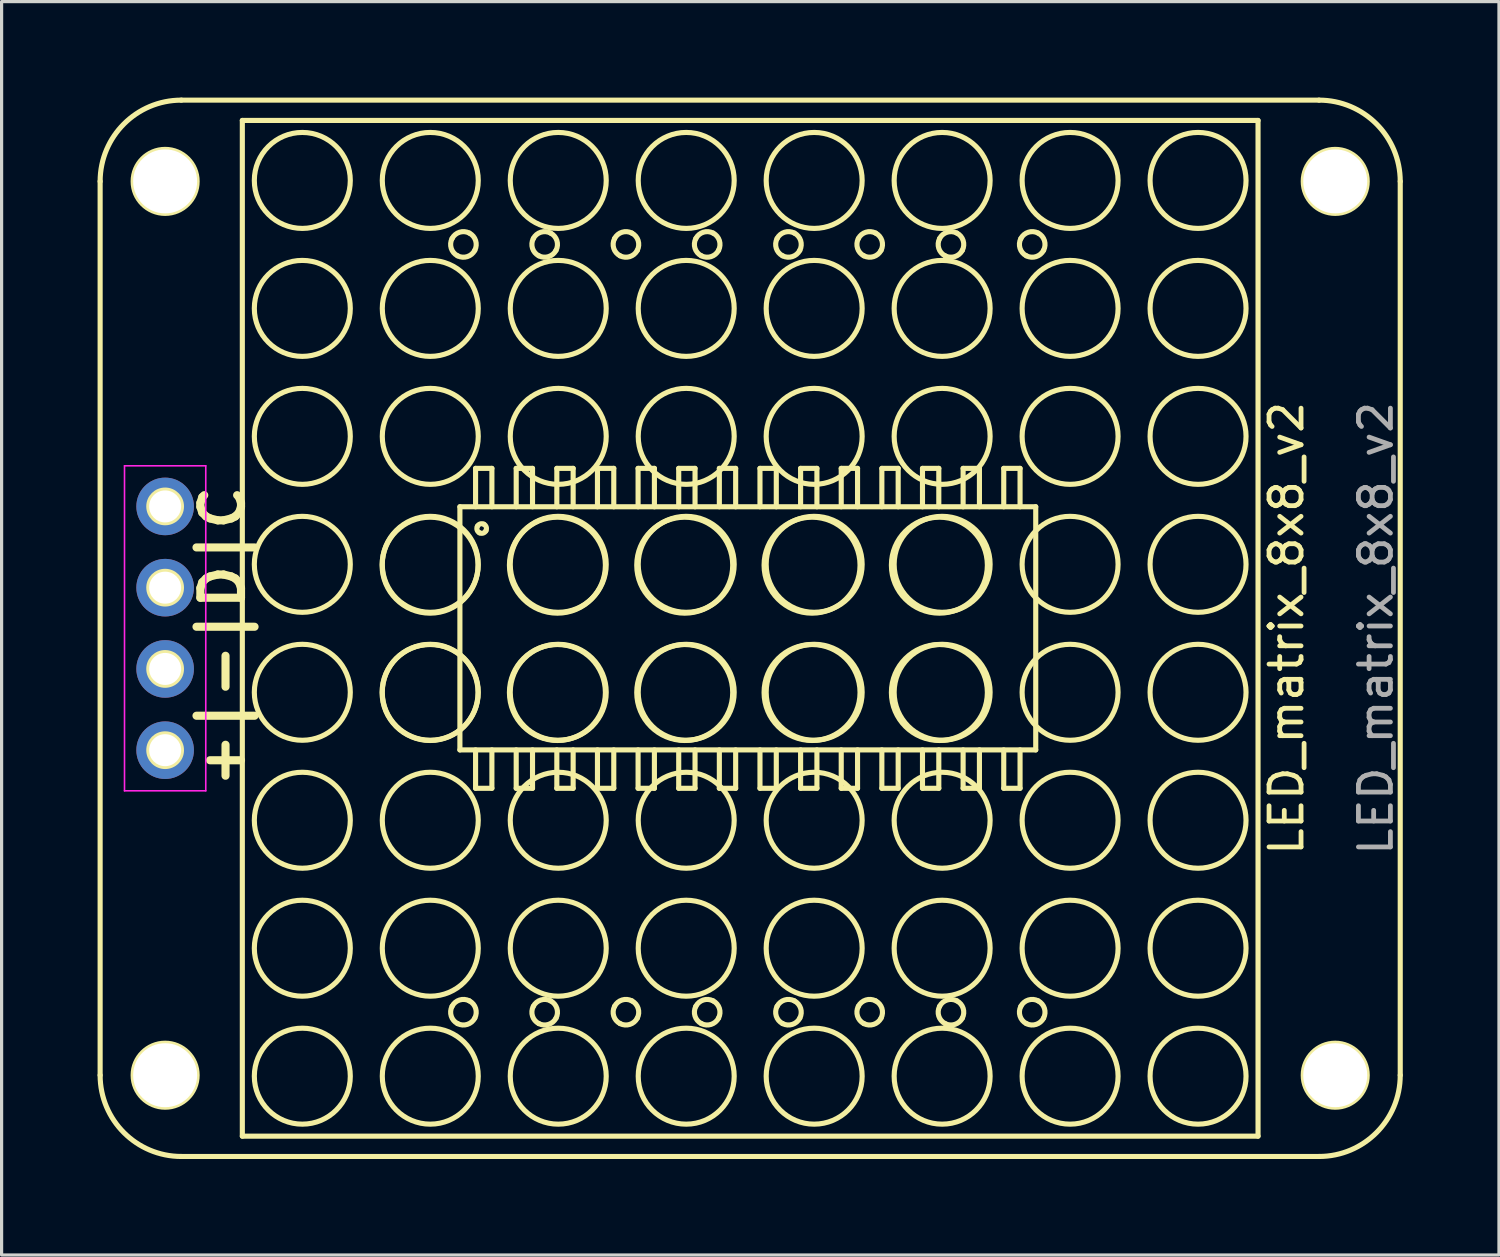
<source format=kicad_pcb>
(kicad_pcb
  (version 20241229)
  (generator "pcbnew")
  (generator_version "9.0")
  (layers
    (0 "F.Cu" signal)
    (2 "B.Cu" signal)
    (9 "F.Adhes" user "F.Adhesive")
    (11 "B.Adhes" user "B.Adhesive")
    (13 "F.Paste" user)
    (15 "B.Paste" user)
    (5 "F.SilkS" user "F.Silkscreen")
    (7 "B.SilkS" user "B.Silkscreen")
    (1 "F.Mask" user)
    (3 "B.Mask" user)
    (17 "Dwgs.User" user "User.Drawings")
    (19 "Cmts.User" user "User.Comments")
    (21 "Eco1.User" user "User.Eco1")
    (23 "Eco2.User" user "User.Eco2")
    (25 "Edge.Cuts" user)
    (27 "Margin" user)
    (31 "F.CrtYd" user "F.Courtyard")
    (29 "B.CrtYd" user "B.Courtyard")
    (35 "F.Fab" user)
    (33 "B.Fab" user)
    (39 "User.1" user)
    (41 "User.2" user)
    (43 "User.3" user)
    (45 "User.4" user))
  (footprint "LED_matrix_8x8_v2"
    (layer "F.Cu")
    (at 2.112 16.59)
    (property "Reference" "LED_matrix_8x8_v2" (at 35.052 0 90) (layer "F.SilkS") (effects (font (size 1 1) (thickness 0.15))))
    (attr through_hole)
    (fp_line (start -2.032 13.97) (end -2.032 -13.97) (stroke (width 0.16) (type solid)) (layer "F.SilkS"))
    (fp_line (start 0.508 -16.51) (end 36.068 -16.51) (stroke (width 0.16) (type solid)) (layer "F.SilkS"))
    (fp_line (start 2.413 -15.875) (end 2.413 15.875) (stroke (width 0.16) (type solid)) (layer "F.SilkS"))
    (fp_line (start 2.413 15.875) (end 34.163 15.875) (stroke (width 0.16) (type solid)) (layer "F.SilkS"))
    (fp_line (start 9.214 -3.799) (end 27.214 -3.799) (stroke (width 0.16) (type solid)) (layer "F.SilkS"))
    (fp_line (start 9.214 3.801) (end 9.214 -3.799) (stroke (width 0.16) (type solid)) (layer "F.SilkS"))
    (fp_line (start 9.704 -4.999) (end 9.704 -3.799) (stroke (width 0.16) (type solid)) (layer "F.SilkS"))
    (fp_line (start 9.704 3.801) (end 9.704 5.001) (stroke (width 0.16) (type solid)) (layer "F.SilkS"))
    (fp_line (start 9.704 5.001) (end 10.214 5.001) (stroke (width 0.16) (type solid)) (layer "F.SilkS"))
    (fp_line (start 10.214 -4.999) (end 9.704 -4.999) (stroke (width 0.16) (type solid)) (layer "F.SilkS"))
    (fp_line (start 10.214 -3.799) (end 10.214 -4.999) (stroke (width 0.16) (type solid)) (layer "F.SilkS"))
    (fp_line (start 10.214 5.001) (end 10.214 3.801) (stroke (width 0.16) (type solid)) (layer "F.SilkS"))
    (fp_line (start 10.974 -4.999) (end 10.974 -3.799) (stroke (width 0.16) (type solid)) (layer "F.SilkS"))
    (fp_line (start 10.974 3.801) (end 10.974 5.001) (stroke (width 0.16) (type solid)) (layer "F.SilkS"))
    (fp_line (start 10.974 5.001) (end 11.484 5.001) (stroke (width 0.16) (type solid)) (layer "F.SilkS"))
    (fp_line (start 11.484 -4.999) (end 10.974 -4.999) (stroke (width 0.16) (type solid)) (layer "F.SilkS"))
    (fp_line (start 11.484 -3.799) (end 11.484 -4.999) (stroke (width 0.16) (type solid)) (layer "F.SilkS"))
    (fp_line (start 11.484 5.001) (end 11.484 3.801) (stroke (width 0.16) (type solid)) (layer "F.SilkS"))
    (fp_line (start 12.244 -4.999) (end 12.244 -3.799) (stroke (width 0.16) (type solid)) (layer "F.SilkS"))
    (fp_line (start 12.244 3.801) (end 12.244 5.001) (stroke (width 0.16) (type solid)) (layer "F.SilkS"))
    (fp_line (start 12.244 5.001) (end 12.754 5.001) (stroke (width 0.16) (type solid)) (layer "F.SilkS"))
    (fp_line (start 12.754 -4.999) (end 12.244 -4.999) (stroke (width 0.16) (type solid)) (layer "F.SilkS"))
    (fp_line (start 12.754 -3.799) (end 12.754 -4.999) (stroke (width 0.16) (type solid)) (layer "F.SilkS"))
    (fp_line (start 12.754 5.001) (end 12.754 3.801) (stroke (width 0.16) (type solid)) (layer "F.SilkS"))
    (fp_line (start 13.514 -4.999) (end 13.514 -3.799) (stroke (width 0.16) (type solid)) (layer "F.SilkS"))
    (fp_line (start 13.514 3.801) (end 13.514 5.001) (stroke (width 0.16) (type solid)) (layer "F.SilkS"))
    (fp_line (start 13.514 5.001) (end 14.024 5.001) (stroke (width 0.16) (type solid)) (layer "F.SilkS"))
    (fp_line (start 14.024 -4.999) (end 13.514 -4.999) (stroke (width 0.16) (type solid)) (layer "F.SilkS"))
    (fp_line (start 14.024 -3.799) (end 14.024 -4.999) (stroke (width 0.16) (type solid)) (layer "F.SilkS"))
    (fp_line (start 14.024 5.001) (end 14.024 3.801) (stroke (width 0.16) (type solid)) (layer "F.SilkS"))
    (fp_line (start 14.784 -4.999) (end 14.784 -3.799) (stroke (width 0.16) (type solid)) (layer "F.SilkS"))
    (fp_line (start 14.784 3.801) (end 14.784 5.001) (stroke (width 0.16) (type solid)) (layer "F.SilkS"))
    (fp_line (start 14.784 5.001) (end 15.294 5.001) (stroke (width 0.16) (type solid)) (layer "F.SilkS"))
    (fp_line (start 15.294 -4.999) (end 14.784 -4.999) (stroke (width 0.16) (type solid)) (layer "F.SilkS"))
    (fp_line (start 15.294 -3.799) (end 15.294 -4.999) (stroke (width 0.16) (type solid)) (layer "F.SilkS"))
    (fp_line (start 15.294 5.001) (end 15.294 3.801) (stroke (width 0.16) (type solid)) (layer "F.SilkS"))
    (fp_line (start 16.054 -4.999) (end 16.054 -3.799) (stroke (width 0.16) (type solid)) (layer "F.SilkS"))
    (fp_line (start 16.054 3.801) (end 16.054 5.001) (stroke (width 0.16) (type solid)) (layer "F.SilkS"))
    (fp_line (start 16.054 5.001) (end 16.564 5.001) (stroke (width 0.16) (type solid)) (layer "F.SilkS"))
    (fp_line (start 16.564 -4.999) (end 16.054 -4.999) (stroke (width 0.16) (type solid)) (layer "F.SilkS"))
    (fp_line (start 16.564 -3.799) (end 16.564 -4.999) (stroke (width 0.16) (type solid)) (layer "F.SilkS"))
    (fp_line (start 16.564 5.001) (end 16.564 3.801) (stroke (width 0.16) (type solid)) (layer "F.SilkS"))
    (fp_line (start 17.324 -4.999) (end 17.324 -3.799) (stroke (width 0.16) (type solid)) (layer "F.SilkS"))
    (fp_line (start 17.324 3.801) (end 17.324 5.001) (stroke (width 0.16) (type solid)) (layer "F.SilkS"))
    (fp_line (start 17.324 5.001) (end 17.834 5.001) (stroke (width 0.16) (type solid)) (layer "F.SilkS"))
    (fp_line (start 17.834 -4.999) (end 17.324 -4.999) (stroke (width 0.16) (type solid)) (layer "F.SilkS"))
    (fp_line (start 17.834 -3.799) (end 17.834 -4.999) (stroke (width 0.16) (type solid)) (layer "F.SilkS"))
    (fp_line (start 17.834 5.001) (end 17.834 3.801) (stroke (width 0.16) (type solid)) (layer "F.SilkS"))
    (fp_line (start 18.594 -4.999) (end 18.594 -3.799) (stroke (width 0.16) (type solid)) (layer "F.SilkS"))
    (fp_line (start 18.594 3.801) (end 18.594 5.001) (stroke (width 0.16) (type solid)) (layer "F.SilkS"))
    (fp_line (start 18.594 5.001) (end 19.104 5.001) (stroke (width 0.16) (type solid)) (layer "F.SilkS"))
    (fp_line (start 19.104 -4.999) (end 18.594 -4.999) (stroke (width 0.16) (type solid)) (layer "F.SilkS"))
    (fp_line (start 19.104 -3.799) (end 19.104 -4.999) (stroke (width 0.16) (type solid)) (layer "F.SilkS"))
    (fp_line (start 19.104 5.001) (end 19.104 3.801) (stroke (width 0.16) (type solid)) (layer "F.SilkS"))
    (fp_line (start 19.864 -4.999) (end 19.864 -3.799) (stroke (width 0.16) (type solid)) (layer "F.SilkS"))
    (fp_line (start 19.864 3.801) (end 19.864 5.001) (stroke (width 0.16) (type solid)) (layer "F.SilkS"))
    (fp_line (start 19.864 5.001) (end 20.374 5.001) (stroke (width 0.16) (type solid)) (layer "F.SilkS"))
    (fp_line (start 20.374 -4.999) (end 19.864 -4.999) (stroke (width 0.16) (type solid)) (layer "F.SilkS"))
    (fp_line (start 20.374 -3.799) (end 20.374 -4.999) (stroke (width 0.16) (type solid)) (layer "F.SilkS"))
    (fp_line (start 20.374 5.001) (end 20.374 3.801) (stroke (width 0.16) (type solid)) (layer "F.SilkS"))
    (fp_line (start 21.134 -4.999) (end 21.134 -3.799) (stroke (width 0.16) (type solid)) (layer "F.SilkS"))
    (fp_line (start 21.134 3.801) (end 21.134 5.001) (stroke (width 0.16) (type solid)) (layer "F.SilkS"))
    (fp_line (start 21.134 5.001) (end 21.644 5.001) (stroke (width 0.16) (type solid)) (layer "F.SilkS"))
    (fp_line (start 21.644 -4.999) (end 21.134 -4.999) (stroke (width 0.16) (type solid)) (layer "F.SilkS"))
    (fp_line (start 21.644 -3.799) (end 21.644 -4.999) (stroke (width 0.16) (type solid)) (layer "F.SilkS"))
    (fp_line (start 21.644 5.001) (end 21.644 3.801) (stroke (width 0.16) (type solid)) (layer "F.SilkS"))
    (fp_line (start 22.404 -4.999) (end 22.404 -3.799) (stroke (width 0.16) (type solid)) (layer "F.SilkS"))
    (fp_line (start 22.404 3.801) (end 22.404 5.001) (stroke (width 0.16) (type solid)) (layer "F.SilkS"))
    (fp_line (start 22.404 5.001) (end 22.914 5.001) (stroke (width 0.16) (type solid)) (layer "F.SilkS"))
    (fp_line (start 22.914 -4.999) (end 22.404 -4.999) (stroke (width 0.16) (type solid)) (layer "F.SilkS"))
    (fp_line (start 22.914 -3.799) (end 22.914 -4.999) (stroke (width 0.16) (type solid)) (layer "F.SilkS"))
    (fp_line (start 22.914 5.001) (end 22.914 3.801) (stroke (width 0.16) (type solid)) (layer "F.SilkS"))
    (fp_line (start 23.674 -4.999) (end 23.674 -3.799) (stroke (width 0.16) (type solid)) (layer "F.SilkS"))
    (fp_line (start 23.674 3.801) (end 23.674 5.001) (stroke (width 0.16) (type solid)) (layer "F.SilkS"))
    (fp_line (start 23.674 5.001) (end 24.184 5.001) (stroke (width 0.16) (type solid)) (layer "F.SilkS"))
    (fp_line (start 24.184 -4.999) (end 23.674 -4.999) (stroke (width 0.16) (type solid)) (layer "F.SilkS"))
    (fp_line (start 24.184 -3.799) (end 24.184 -4.999) (stroke (width 0.16) (type solid)) (layer "F.SilkS"))
    (fp_line (start 24.184 5.001) (end 24.184 3.801) (stroke (width 0.16) (type solid)) (layer "F.SilkS"))
    (fp_line (start 24.944 -4.999) (end 24.944 -3.799) (stroke (width 0.16) (type solid)) (layer "F.SilkS"))
    (fp_line (start 24.944 3.801) (end 24.944 5.001) (stroke (width 0.16) (type solid)) (layer "F.SilkS"))
    (fp_line (start 24.944 5.001) (end 25.454 5.001) (stroke (width 0.16) (type solid)) (layer "F.SilkS"))
    (fp_line (start 25.454 -4.999) (end 24.944 -4.999) (stroke (width 0.16) (type solid)) (layer "F.SilkS"))
    (fp_line (start 25.454 -3.799) (end 25.454 -4.999) (stroke (width 0.16) (type solid)) (layer "F.SilkS"))
    (fp_line (start 25.454 5.001) (end 25.454 3.801) (stroke (width 0.16) (type solid)) (layer "F.SilkS"))
    (fp_line (start 26.214 -4.999) (end 26.214 -3.799) (stroke (width 0.16) (type solid)) (layer "F.SilkS"))
    (fp_line (start 26.214 3.801) (end 26.214 5.001) (stroke (width 0.16) (type solid)) (layer "F.SilkS"))
    (fp_line (start 26.214 5.001) (end 26.724 5.001) (stroke (width 0.16) (type solid)) (layer "F.SilkS"))
    (fp_line (start 26.724 -4.999) (end 26.214 -4.999) (stroke (width 0.16) (type solid)) (layer "F.SilkS"))
    (fp_line (start 26.724 -3.799) (end 26.724 -4.999) (stroke (width 0.16) (type solid)) (layer "F.SilkS"))
    (fp_line (start 26.724 5.001) (end 26.724 3.801) (stroke (width 0.16) (type solid)) (layer "F.SilkS"))
    (fp_line (start 27.214 -3.799) (end 27.214 3.801) (stroke (width 0.16) (type solid)) (layer "F.SilkS"))
    (fp_line (start 27.214 3.801) (end 9.214 3.801) (stroke (width 0.16) (type solid)) (layer "F.SilkS"))
    (fp_line (start 34.163 -15.875) (end 2.413 -15.875) (stroke (width 0.16) (type solid)) (layer "F.SilkS"))
    (fp_line (start 34.163 15.875) (end 34.163 -15.875) (stroke (width 0.16) (type solid)) (layer "F.SilkS"))
    (fp_line (start 36.068 16.51) (end 0.508 16.51) (stroke (width 0.16) (type solid)) (layer "F.SilkS"))
    (fp_line (start 38.608 -13.97) (end 38.608 13.97) (stroke (width 0.16) (type solid)) (layer "F.SilkS"))
    (fp_arc (start -2.032 -13.97) (mid -1.288051 -15.766051) (end 0.508 -16.51) (stroke (width 0.16) (type solid)) (layer "F.SilkS"))
    (fp_arc (start 0.508 16.51) (mid -1.288051 15.766051) (end -2.032 13.97) (stroke (width 0.16) (type solid)) (layer "F.SilkS"))
    (fp_arc (start 8.969105 -12.183525) (mid 9.203315 -12.380683) (end 9.508339 -12.354483) (stroke (width 0.16) (type solid)) (layer "F.SilkS"))
    (fp_arc (start 8.969105 11.816475) (mid 9.203315 11.619317) (end 9.508339 11.645517) (stroke (width 0.16) (type solid)) (layer "F.SilkS"))
    (fp_arc (start 9.140062 -11.644291) (mid 8.942904 -11.878502) (end 8.969105 -12.183526) (stroke (width 0.16) (type solid)) (layer "F.SilkS"))
    (fp_arc (start 9.140062 12.355709) (mid 8.942904 12.121498) (end 8.969105 11.816474) (stroke (width 0.16) (type solid)) (layer "F.SilkS"))
    (fp_arc (start 9.508339 -12.354482) (mid 9.705496 -12.120272) (end 9.679296 -11.815249) (stroke (width 0.16) (type solid)) (layer "F.SilkS"))
    (fp_arc (start 9.508339 11.645518) (mid 9.705496 11.879728) (end 9.679296 12.184751) (stroke (width 0.16) (type solid)) (layer "F.SilkS"))
    (fp_arc (start 9.679296 -11.815248) (mid 9.445085 -11.618091) (end 9.140062 -11.644292) (stroke (width 0.16) (type solid)) (layer "F.SilkS"))
    (fp_arc (start 9.679296 12.184752) (mid 9.445085 12.381909) (end 9.140062 12.355708) (stroke (width 0.16) (type solid)) (layer "F.SilkS"))
    (fp_arc (start 9.761039 -3.188439) (mid 9.848868 -3.262373) (end 9.963252 -3.252548) (stroke (width 0.16) (type solid)) (layer "F.SilkS"))
    (fp_arc (start 9.825148 -2.986226) (mid 9.751214 -3.074055) (end 9.761039 -3.188439) (stroke (width 0.16) (type solid)) (layer "F.SilkS"))
    (fp_arc (start 9.963252 -3.252548) (mid 10.037186 -3.164719) (end 10.027361 -3.050335) (stroke (width 0.16) (type solid)) (layer "F.SilkS"))
    (fp_arc (start 10.027361 -3.050335) (mid 9.939532 -2.976401) (end 9.825148 -2.986226) (stroke (width 0.16) (type solid)) (layer "F.SilkS"))
    (fp_arc (start 11.509105 -12.183525) (mid 11.743315 -12.380683) (end 12.048339 -12.354483) (stroke (width 0.16) (type solid)) (layer "F.SilkS"))
    (fp_arc (start 11.509105 11.816475) (mid 11.743315 11.619317) (end 12.048339 11.645517) (stroke (width 0.16) (type solid)) (layer "F.SilkS"))
    (fp_arc (start 11.680062 -11.644291) (mid 11.482904 -11.878502) (end 11.509105 -12.183526) (stroke (width 0.16) (type solid)) (layer "F.SilkS"))
    (fp_arc (start 11.680062 12.355709) (mid 11.482904 12.121498) (end 11.509105 11.816474) (stroke (width 0.16) (type solid)) (layer "F.SilkS"))
    (fp_arc (start 12.048339 -12.354482) (mid 12.245496 -12.120272) (end 12.219296 -11.815249) (stroke (width 0.16) (type solid)) (layer "F.SilkS"))
    (fp_arc (start 12.048339 11.645518) (mid 12.245496 11.879728) (end 12.219296 12.184751) (stroke (width 0.16) (type solid)) (layer "F.SilkS"))
    (fp_arc (start 12.219296 -11.815248) (mid 11.985085 -11.618091) (end 11.680062 -11.644292) (stroke (width 0.16) (type solid)) (layer "F.SilkS"))
    (fp_arc (start 12.219296 12.184752) (mid 11.985085 12.381909) (end 11.680062 12.355708) (stroke (width 0.16) (type solid)) (layer "F.SilkS"))
    (fp_arc (start 14.049105 -12.183525) (mid 14.283315 -12.380683) (end 14.588339 -12.354483) (stroke (width 0.16) (type solid)) (layer "F.SilkS"))
    (fp_arc (start 14.049105 11.816475) (mid 14.283315 11.619317) (end 14.588339 11.645517) (stroke (width 0.16) (type solid)) (layer "F.SilkS"))
    (fp_arc (start 14.220062 -11.644291) (mid 14.022904 -11.878502) (end 14.049105 -12.183526) (stroke (width 0.16) (type solid)) (layer "F.SilkS"))
    (fp_arc (start 14.220062 12.355709) (mid 14.022904 12.121498) (end 14.049105 11.816474) (stroke (width 0.16) (type solid)) (layer "F.SilkS"))
    (fp_arc (start 14.588339 -12.354482) (mid 14.785496 -12.120272) (end 14.759296 -11.815249) (stroke (width 0.16) (type solid)) (layer "F.SilkS"))
    (fp_arc (start 14.588339 11.645518) (mid 14.785496 11.879728) (end 14.759296 12.184751) (stroke (width 0.16) (type solid)) (layer "F.SilkS"))
    (fp_arc (start 14.759296 -11.815248) (mid 14.525085 -11.618091) (end 14.220062 -11.644292) (stroke (width 0.16) (type solid)) (layer "F.SilkS"))
    (fp_arc (start 14.759296 12.184752) (mid 14.525085 12.381909) (end 14.220062 12.355708) (stroke (width 0.16) (type solid)) (layer "F.SilkS"))
    (fp_arc (start 16.589105 -12.183525) (mid 16.823315 -12.380683) (end 17.128339 -12.354483) (stroke (width 0.16) (type solid)) (layer "F.SilkS"))
    (fp_arc (start 16.589105 11.816475) (mid 16.823315 11.619317) (end 17.128339 11.645517) (stroke (width 0.16) (type solid)) (layer "F.SilkS"))
    (fp_arc (start 16.760062 -11.644291) (mid 16.562904 -11.878502) (end 16.589105 -12.183526) (stroke (width 0.16) (type solid)) (layer "F.SilkS"))
    (fp_arc (start 16.760062 12.355709) (mid 16.562904 12.121498) (end 16.589105 11.816474) (stroke (width 0.16) (type solid)) (layer "F.SilkS"))
    (fp_arc (start 17.128339 -12.354482) (mid 17.325496 -12.120272) (end 17.299296 -11.815249) (stroke (width 0.16) (type solid)) (layer "F.SilkS"))
    (fp_arc (start 17.128339 11.645518) (mid 17.325496 11.879728) (end 17.299296 12.184751) (stroke (width 0.16) (type solid)) (layer "F.SilkS"))
    (fp_arc (start 17.299296 -11.815248) (mid 17.065085 -11.618091) (end 16.760062 -11.644292) (stroke (width 0.16) (type solid)) (layer "F.SilkS"))
    (fp_arc (start 17.299296 12.184752) (mid 17.065085 12.381909) (end 16.760062 12.355708) (stroke (width 0.16) (type solid)) (layer "F.SilkS"))
    (fp_arc (start 19.129105 -12.183525) (mid 19.363315 -12.380683) (end 19.668339 -12.354483) (stroke (width 0.16) (type solid)) (layer "F.SilkS"))
    (fp_arc (start 19.129105 11.816475) (mid 19.363315 11.619317) (end 19.668339 11.645517) (stroke (width 0.16) (type solid)) (layer "F.SilkS"))
    (fp_arc (start 19.300062 -11.644291) (mid 19.102904 -11.878502) (end 19.129105 -12.183526) (stroke (width 0.16) (type solid)) (layer "F.SilkS"))
    (fp_arc (start 19.300062 12.355709) (mid 19.102904 12.121498) (end 19.129105 11.816474) (stroke (width 0.16) (type solid)) (layer "F.SilkS"))
    (fp_arc (start 19.668339 -12.354482) (mid 19.865496 -12.120272) (end 19.839296 -11.815249) (stroke (width 0.16) (type solid)) (layer "F.SilkS"))
    (fp_arc (start 19.668339 11.645518) (mid 19.865496 11.879728) (end 19.839296 12.184751) (stroke (width 0.16) (type solid)) (layer "F.SilkS"))
    (fp_arc (start 19.839296 -11.815248) (mid 19.605085 -11.618091) (end 19.300062 -11.644292) (stroke (width 0.16) (type solid)) (layer "F.SilkS"))
    (fp_arc (start 19.839296 12.184752) (mid 19.605085 12.381909) (end 19.300062 12.355708) (stroke (width 0.16) (type solid)) (layer "F.SilkS"))
    (fp_arc (start 21.669105 -12.183525) (mid 21.903315 -12.380683) (end 22.208339 -12.354483) (stroke (width 0.16) (type solid)) (layer "F.SilkS"))
    (fp_arc (start 21.669105 11.816475) (mid 21.903315 11.619317) (end 22.208339 11.645517) (stroke (width 0.16) (type solid)) (layer "F.SilkS"))
    (fp_arc (start 21.840062 -11.644291) (mid 21.642904 -11.878502) (end 21.669105 -12.183526) (stroke (width 0.16) (type solid)) (layer "F.SilkS"))
    (fp_arc (start 21.840062 12.355709) (mid 21.642904 12.121498) (end 21.669105 11.816474) (stroke (width 0.16) (type solid)) (layer "F.SilkS"))
    (fp_arc (start 22.208339 -12.354482) (mid 22.405496 -12.120272) (end 22.379296 -11.815249) (stroke (width 0.16) (type solid)) (layer "F.SilkS"))
    (fp_arc (start 22.208339 11.645518) (mid 22.405496 11.879728) (end 22.379296 12.184751) (stroke (width 0.16) (type solid)) (layer "F.SilkS"))
    (fp_arc (start 22.379296 -11.815248) (mid 22.145085 -11.618091) (end 21.840062 -11.644292) (stroke (width 0.16) (type solid)) (layer "F.SilkS"))
    (fp_arc (start 22.379296 12.184752) (mid 22.145085 12.381909) (end 21.840062 12.355708) (stroke (width 0.16) (type solid)) (layer "F.SilkS"))
    (fp_arc (start 24.209105 -12.183525) (mid 24.443315 -12.380683) (end 24.748339 -12.354483) (stroke (width 0.16) (type solid)) (layer "F.SilkS"))
    (fp_arc (start 24.209105 11.816475) (mid 24.443315 11.619317) (end 24.748339 11.645517) (stroke (width 0.16) (type solid)) (layer "F.SilkS"))
    (fp_arc (start 24.380062 -11.644291) (mid 24.182904 -11.878502) (end 24.209105 -12.183526) (stroke (width 0.16) (type solid)) (layer "F.SilkS"))
    (fp_arc (start 24.380062 12.355709) (mid 24.182904 12.121498) (end 24.209105 11.816474) (stroke (width 0.16) (type solid)) (layer "F.SilkS"))
    (fp_arc (start 24.748339 -12.354482) (mid 24.945496 -12.120272) (end 24.919296 -11.815249) (stroke (width 0.16) (type solid)) (layer "F.SilkS"))
    (fp_arc (start 24.748339 11.645518) (mid 24.945496 11.879728) (end 24.919296 12.184751) (stroke (width 0.16) (type solid)) (layer "F.SilkS"))
    (fp_arc (start 24.919296 -11.815248) (mid 24.685085 -11.618091) (end 24.380062 -11.644292) (stroke (width 0.16) (type solid)) (layer "F.SilkS"))
    (fp_arc (start 24.919296 12.184752) (mid 24.685085 12.381909) (end 24.380062 12.355708) (stroke (width 0.16) (type solid)) (layer "F.SilkS"))
    (fp_arc (start 26.749105 -12.183525) (mid 26.983315 -12.380683) (end 27.288339 -12.354483) (stroke (width 0.16) (type solid)) (layer "F.SilkS"))
    (fp_arc (start 26.749105 11.816475) (mid 26.983315 11.619317) (end 27.288339 11.645517) (stroke (width 0.16) (type solid)) (layer "F.SilkS"))
    (fp_arc (start 26.920062 -11.644291) (mid 26.722904 -11.878502) (end 26.749105 -12.183526) (stroke (width 0.16) (type solid)) (layer "F.SilkS"))
    (fp_arc (start 26.920062 12.355709) (mid 26.722904 12.121498) (end 26.749105 11.816474) (stroke (width 0.16) (type solid)) (layer "F.SilkS"))
    (fp_arc (start 27.288339 -12.354482) (mid 27.485496 -12.120272) (end 27.459296 -11.815249) (stroke (width 0.16) (type solid)) (layer "F.SilkS"))
    (fp_arc (start 27.288339 11.645518) (mid 27.485496 11.879728) (end 27.459296 12.184751) (stroke (width 0.16) (type solid)) (layer "F.SilkS"))
    (fp_arc (start 27.459296 -11.815248) (mid 27.225085 -11.618091) (end 26.920062 -11.644292) (stroke (width 0.16) (type solid)) (layer "F.SilkS"))
    (fp_arc (start 27.459296 12.184752) (mid 27.225085 12.381909) (end 26.920062 12.355708) (stroke (width 0.16) (type solid)) (layer "F.SilkS"))
    (fp_arc (start 36.068 -16.51) (mid 37.864051 -15.766051) (end 38.608 -13.97) (stroke (width 0.16) (type solid)) (layer "F.SilkS"))
    (fp_arc (start 38.608 13.97) (mid 37.864051 15.766051) (end 36.068 16.51) (stroke (width 0.16) (type solid)) (layer "F.SilkS"))
    (fp_circle (center 0 -13.97) (end -1 -13.97) (stroke (width 0.16) (type solid)) (fill no) (layer "F.SilkS"))
    (fp_circle (center 0 -3.81) (end -0.51 -3.81) (stroke (width 0.16) (type solid)) (fill no) (layer "F.SilkS"))
    (fp_circle (center 0 -1.27) (end -0.51 -1.27) (stroke (width 0.16) (type solid)) (fill no) (layer "F.SilkS"))
    (fp_circle (center 0 1.27) (end -0.51 1.27) (stroke (width 0.16) (type solid)) (fill no) (layer "F.SilkS"))
    (fp_circle (center 0 3.81) (end -0.51 3.81) (stroke (width 0.16) (type solid)) (fill no) (layer "F.SilkS"))
    (fp_circle (center 0 13.97) (end -1 13.97) (stroke (width 0.16) (type solid)) (fill no) (layer "F.SilkS"))
    (fp_circle (center 4.288 -14) (end 2.788 -14) (stroke (width 0.16) (type solid)) (fill no) (layer "F.SilkS"))
    (fp_circle (center 4.288 -10) (end 2.788 -10) (stroke (width 0.16) (type solid)) (fill no) (layer "F.SilkS"))
    (fp_circle (center 4.288 -6) (end 2.788 -6) (stroke (width 0.16) (type solid)) (fill no) (layer "F.SilkS"))
    (fp_circle (center 4.288 -2) (end 2.788 -2) (stroke (width 0.16) (type solid)) (fill no) (layer "F.SilkS"))
    (fp_circle (center 4.288 2) (end 2.788 2) (stroke (width 0.16) (type solid)) (fill no) (layer "F.SilkS"))
    (fp_circle (center 4.288 6) (end 2.788 6) (stroke (width 0.16) (type solid)) (fill no) (layer "F.SilkS"))
    (fp_circle (center 4.288 10) (end 2.788 10) (stroke (width 0.16) (type solid)) (fill no) (layer "F.SilkS"))
    (fp_circle (center 4.288 14) (end 2.788 14) (stroke (width 0.16) (type solid)) (fill no) (layer "F.SilkS"))
    (fp_circle (center 8.282 -1.973) (end 6.782 -1.973) (stroke (width 0.16) (type solid)) (fill no) (layer "F.SilkS"))
    (fp_circle (center 8.282 2.007) (end 6.782 2.007) (stroke (width 0.16) (type solid)) (fill no) (layer "F.SilkS"))
    (fp_circle (center 8.288 -14) (end 6.788 -14) (stroke (width 0.16) (type solid)) (fill no) (layer "F.SilkS"))
    (fp_circle (center 8.288 -10) (end 6.788 -10) (stroke (width 0.16) (type solid)) (fill no) (layer "F.SilkS"))
    (fp_circle (center 8.288 -6) (end 6.788 -6) (stroke (width 0.16) (type solid)) (fill no) (layer "F.SilkS"))
    (fp_circle (center 8.288 -2) (end 6.788 -2) (stroke (width 0.16) (type solid)) (fill no) (layer "F.SilkS"))
    (fp_circle (center 8.288 2) (end 6.788 2) (stroke (width 0.16) (type solid)) (fill no) (layer "F.SilkS"))
    (fp_circle (center 8.288 6) (end 6.788 6) (stroke (width 0.16) (type solid)) (fill no) (layer "F.SilkS"))
    (fp_circle (center 8.288 10) (end 6.788 10) (stroke (width 0.16) (type solid)) (fill no) (layer "F.SilkS"))
    (fp_circle (center 8.288 14) (end 6.788 14) (stroke (width 0.16) (type solid)) (fill no) (layer "F.SilkS"))
    (fp_circle (center 12.262 -1.973) (end 10.762 -1.973) (stroke (width 0.16) (type solid)) (fill no) (layer "F.SilkS"))
    (fp_circle (center 12.262 2.007) (end 10.762 2.007) (stroke (width 0.16) (type solid)) (fill no) (layer "F.SilkS"))
    (fp_circle (center 12.288 -14) (end 10.788 -14) (stroke (width 0.16) (type solid)) (fill no) (layer "F.SilkS"))
    (fp_circle (center 12.288 -10) (end 10.788 -10) (stroke (width 0.16) (type solid)) (fill no) (layer "F.SilkS"))
    (fp_circle (center 12.288 -6) (end 10.788 -6) (stroke (width 0.16) (type solid)) (fill no) (layer "F.SilkS"))
    (fp_circle (center 12.288 -2) (end 10.788 -2) (stroke (width 0.16) (type solid)) (fill no) (layer "F.SilkS"))
    (fp_circle (center 12.288 2) (end 10.788 2) (stroke (width 0.16) (type solid)) (fill no) (layer "F.SilkS"))
    (fp_circle (center 12.288 6) (end 10.788 6) (stroke (width 0.16) (type solid)) (fill no) (layer "F.SilkS"))
    (fp_circle (center 12.288 10) (end 10.788 10) (stroke (width 0.16) (type solid)) (fill no) (layer "F.SilkS"))
    (fp_circle (center 12.288 14) (end 10.788 14) (stroke (width 0.16) (type solid)) (fill no) (layer "F.SilkS"))
    (fp_circle (center 16.242 -1.973) (end 14.742 -1.973) (stroke (width 0.16) (type solid)) (fill no) (layer "F.SilkS"))
    (fp_circle (center 16.242 2.007) (end 14.742 2.007) (stroke (width 0.16) (type solid)) (fill no) (layer "F.SilkS"))
    (fp_circle (center 16.288 -14) (end 14.788 -14) (stroke (width 0.16) (type solid)) (fill no) (layer "F.SilkS"))
    (fp_circle (center 16.288 -10) (end 14.788 -10) (stroke (width 0.16) (type solid)) (fill no) (layer "F.SilkS"))
    (fp_circle (center 16.288 -6) (end 14.788 -6) (stroke (width 0.16) (type solid)) (fill no) (layer "F.SilkS"))
    (fp_circle (center 16.288 -2) (end 14.788 -2) (stroke (width 0.16) (type solid)) (fill no) (layer "F.SilkS"))
    (fp_circle (center 16.288 2) (end 14.788 2) (stroke (width 0.16) (type solid)) (fill no) (layer "F.SilkS"))
    (fp_circle (center 16.288 6) (end 14.788 6) (stroke (width 0.16) (type solid)) (fill no) (layer "F.SilkS"))
    (fp_circle (center 16.288 10) (end 14.788 10) (stroke (width 0.16) (type solid)) (fill no) (layer "F.SilkS"))
    (fp_circle (center 16.288 14) (end 14.788 14) (stroke (width 0.16) (type solid)) (fill no) (layer "F.SilkS"))
    (fp_circle (center 20.222 -1.973) (end 18.722 -1.973) (stroke (width 0.16) (type solid)) (fill no) (layer "F.SilkS"))
    (fp_circle (center 20.222 2.007) (end 18.722 2.007) (stroke (width 0.16) (type solid)) (fill no) (layer "F.SilkS"))
    (fp_circle (center 20.288 -14) (end 18.788 -14) (stroke (width 0.16) (type solid)) (fill no) (layer "F.SilkS"))
    (fp_circle (center 20.288 -10) (end 18.788 -10) (stroke (width 0.16) (type solid)) (fill no) (layer "F.SilkS"))
    (fp_circle (center 20.288 -6) (end 18.788 -6) (stroke (width 0.16) (type solid)) (fill no) (layer "F.SilkS"))
    (fp_circle (center 20.288 -2) (end 18.788 -2) (stroke (width 0.16) (type solid)) (fill no) (layer "F.SilkS"))
    (fp_circle (center 20.288 2) (end 18.788 2) (stroke (width 0.16) (type solid)) (fill no) (layer "F.SilkS"))
    (fp_circle (center 20.288 6) (end 18.788 6) (stroke (width 0.16) (type solid)) (fill no) (layer "F.SilkS"))
    (fp_circle (center 20.288 10) (end 18.788 10) (stroke (width 0.16) (type solid)) (fill no) (layer "F.SilkS"))
    (fp_circle (center 20.288 14) (end 18.788 14) (stroke (width 0.16) (type solid)) (fill no) (layer "F.SilkS"))
    (fp_circle (center 24.202 -1.973) (end 22.702 -1.973) (stroke (width 0.16) (type solid)) (fill no) (layer "F.SilkS"))
    (fp_circle (center 24.202 2.007) (end 22.702 2.007) (stroke (width 0.16) (type solid)) (fill no) (layer "F.SilkS"))
    (fp_circle (center 24.288 -14) (end 22.788 -14) (stroke (width 0.16) (type solid)) (fill no) (layer "F.SilkS"))
    (fp_circle (center 24.288 -10) (end 22.788 -10) (stroke (width 0.16) (type solid)) (fill no) (layer "F.SilkS"))
    (fp_circle (center 24.288 -6) (end 22.788 -6) (stroke (width 0.16) (type solid)) (fill no) (layer "F.SilkS"))
    (fp_circle (center 24.288 -2) (end 22.788 -2) (stroke (width 0.16) (type solid)) (fill no) (layer "F.SilkS"))
    (fp_circle (center 24.288 2) (end 22.788 2) (stroke (width 0.16) (type solid)) (fill no) (layer "F.SilkS"))
    (fp_circle (center 24.288 6) (end 22.788 6) (stroke (width 0.16) (type solid)) (fill no) (layer "F.SilkS"))
    (fp_circle (center 24.288 10) (end 22.788 10) (stroke (width 0.16) (type solid)) (fill no) (layer "F.SilkS"))
    (fp_circle (center 24.288 14) (end 22.788 14) (stroke (width 0.16) (type solid)) (fill no) (layer "F.SilkS"))
    (fp_circle (center 28.288 -14) (end 26.788 -14) (stroke (width 0.16) (type solid)) (fill no) (layer "F.SilkS"))
    (fp_circle (center 28.288 -10) (end 26.788 -10) (stroke (width 0.16) (type solid)) (fill no) (layer "F.SilkS"))
    (fp_circle (center 28.288 -6) (end 26.788 -6) (stroke (width 0.16) (type solid)) (fill no) (layer "F.SilkS"))
    (fp_circle (center 28.288 -2) (end 26.788 -2) (stroke (width 0.16) (type solid)) (fill no) (layer "F.SilkS"))
    (fp_circle (center 28.288 2) (end 26.788 2) (stroke (width 0.16) (type solid)) (fill no) (layer "F.SilkS"))
    (fp_circle (center 28.288 6) (end 26.788 6) (stroke (width 0.16) (type solid)) (fill no) (layer "F.SilkS"))
    (fp_circle (center 28.288 10) (end 26.788 10) (stroke (width 0.16) (type solid)) (fill no) (layer "F.SilkS"))
    (fp_circle (center 28.288 14) (end 26.788 14) (stroke (width 0.16) (type solid)) (fill no) (layer "F.SilkS"))
    (fp_circle (center 32.288 -14) (end 30.788 -14) (stroke (width 0.16) (type solid)) (fill no) (layer "F.SilkS"))
    (fp_circle (center 32.288 -10) (end 30.788 -10) (stroke (width 0.16) (type solid)) (fill no) (layer "F.SilkS"))
    (fp_circle (center 32.288 -6) (end 30.788 -6) (stroke (width 0.16) (type solid)) (fill no) (layer "F.SilkS"))
    (fp_circle (center 32.288 -2) (end 30.788 -2) (stroke (width 0.16) (type solid)) (fill no) (layer "F.SilkS"))
    (fp_circle (center 32.288 2) (end 30.788 2) (stroke (width 0.16) (type solid)) (fill no) (layer "F.SilkS"))
    (fp_circle (center 32.288 6) (end 30.788 6) (stroke (width 0.16) (type solid)) (fill no) (layer "F.SilkS"))
    (fp_circle (center 32.288 10) (end 30.788 10) (stroke (width 0.16) (type solid)) (fill no) (layer "F.SilkS"))
    (fp_circle (center 32.288 14) (end 30.788 14) (stroke (width 0.16) (type solid)) (fill no) (layer "F.SilkS"))
    (fp_circle (center 36.576 -13.97) (end 35.576 -13.97) (stroke (width 0.16) (type solid)) (fill no) (layer "F.SilkS"))
    (fp_circle (center 36.576 13.97) (end 35.576 13.97) (stroke (width 0.16) (type solid)) (fill no) (layer "F.SilkS"))
    (fp_line (start -1.27 -5.08) (end 1.27 -5.08) (stroke (width 0.05) (type solid)) (layer "F.CrtYd"))
    (fp_line (start -1.27 5.08) (end -1.27 -5.08) (stroke (width 0.05) (type solid)) (layer "F.CrtYd"))
    (fp_line (start 1.27 -5.08) (end 1.27 5.08) (stroke (width 0.05) (type solid)) (layer "F.CrtYd"))
    (fp_line (start 1.27 5.08) (end -1.27 5.08) (stroke (width 0.05) (type solid)) (layer "F.CrtYd"))
    (fp_text user "+|-|D|C" (at 2.54 0.254 90) (unlocked yes) (layer "F.SilkS") (effects (font (size 1.27 1.27) (thickness 0.254) (bold yes)) (justify bottom)))
    (fp_text user "${REFERENCE}" (at 37.846 0 90) (layer "F.Fab") (effects (font (size 1 1) (thickness 0.15))))
    (pad "" np_thru_hole circle (at 0 -13.97) (size 2 2) (drill 2) (layers "*.Cu" "*.Mask"))
    (pad "" np_thru_hole circle (at 0 13.97) (size 2 2) (drill 2) (layers "*.Cu" "*.Mask"))
    (pad "" np_thru_hole circle (at 36.576 -13.97) (size 2 2) (drill 2) (layers "*.Cu" "*.Mask"))
    (pad "" np_thru_hole circle (at 36.576 13.97) (size 2 2) (drill 2) (layers "*.Cu" "*.Mask"))
    (pad "GND" thru_hole circle (at 0 1.27) (size 1.8 1.8) (drill 1) (layers "*.Cu" "*.Mask"))
    (pad "SCL" thru_hole circle (at 0 -3.81) (size 1.8 1.8) (drill 1) (layers "*.Cu" "*.Mask"))
    (pad "SDA" thru_hole circle (at 0 -1.27) (size 1.8 1.8) (drill 1) (layers "*.Cu" "*.Mask"))
    (pad "VCC" thru_hole circle (at 0 3.81) (size 1.8 1.8) (drill 1) (layers "*.Cu" "*.Mask")))
  (gr_rect
    (start -3 -3)
    (end 43.806 36.18)
    (stroke (width 0.1) (type default))
    (fill no)
    (layer "Edge.Cuts")))
</source>
